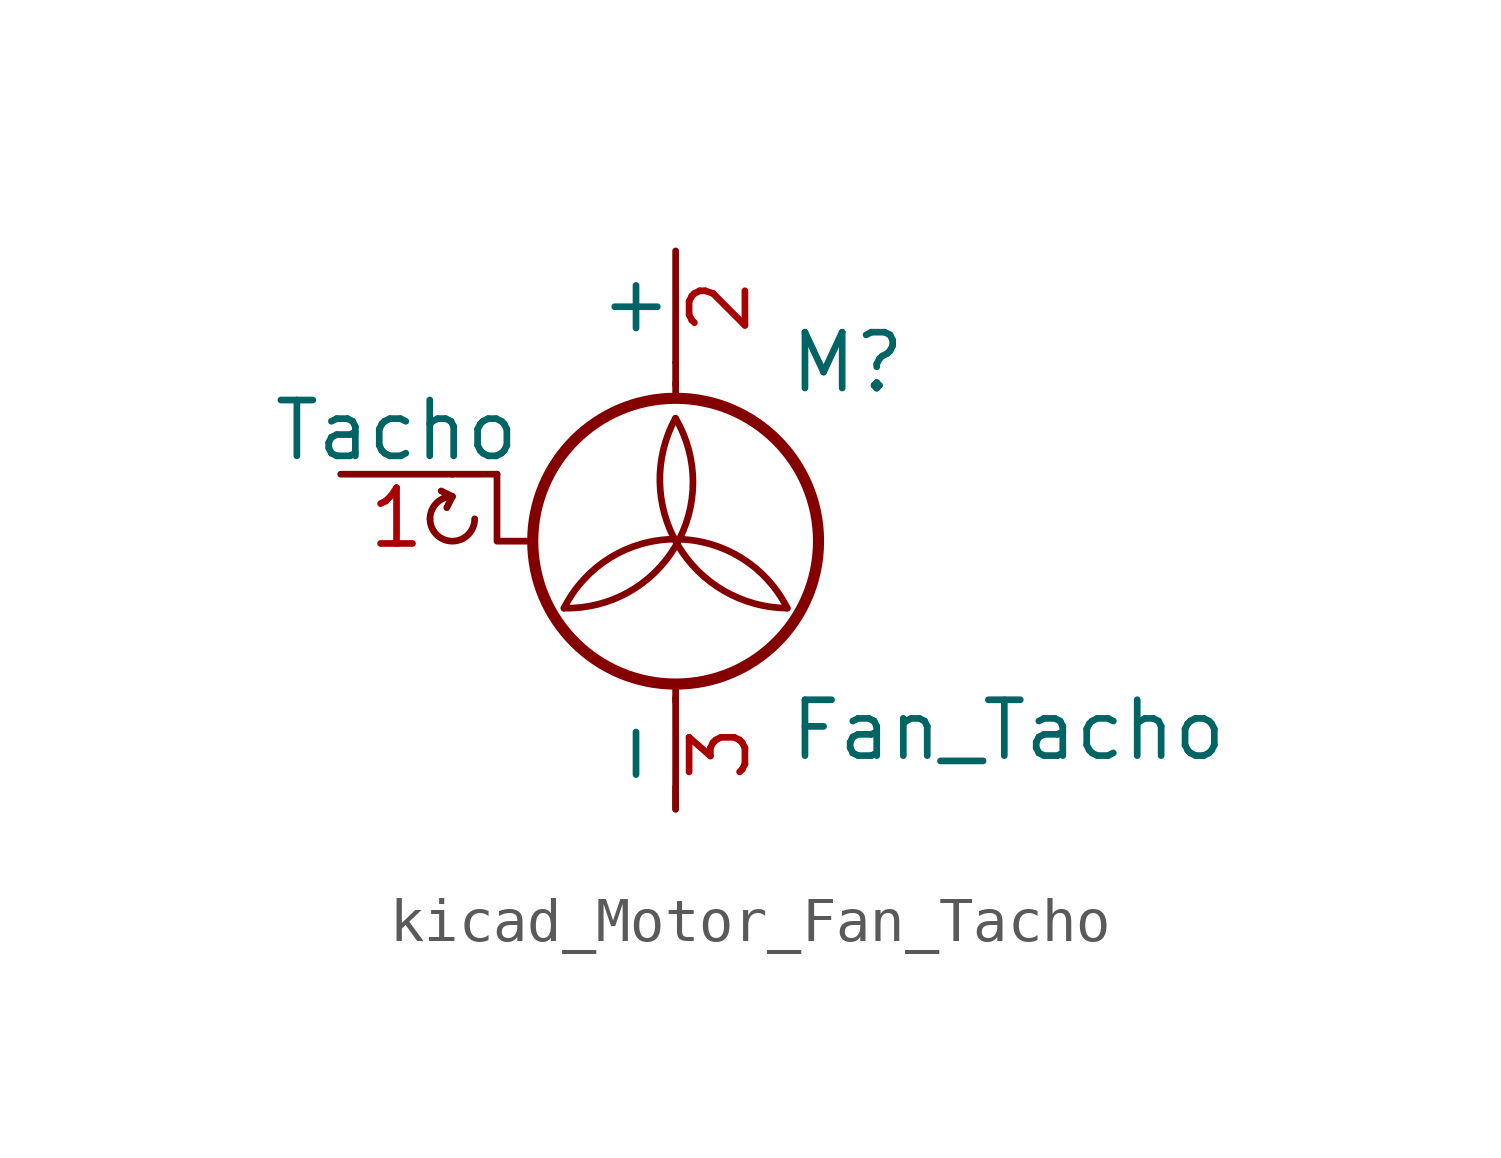
<source format=kicad_sym>
(kicad_symbol_lib
  (version 20220914)
  (generator kicad_symbol_editor)
  (symbol "kicad_Motor_Fan_Tacho"
    (pin_names
      (offset 0))
    (property "Reference" "M"
      (at 2.54 2.54 0)
      (effects (font (size 1.27 1.27)) (justify left)))
    (property "Value" "Fan_Tacho"
      (at 2.54 -5.08 0)
      (effects (font (size 1.27 1.27)) (justify left top)))
    (symbol "kicad_Motor_Fan_Tacho_0_0"
      (arc (start -5.588 -1.016) (mid -5.08 -1.5218) (end -4.572 -1.016) (stroke (width 0) (type default)) (fill (type none)))
      (arc (start -5.08 -0.508) (mid -5.4392 -0.6568) (end -5.588 -1.016) (stroke (width 0) (type default)) (fill (type none)))
      (polyline (pts (xy -5.08 -0.508) (xy -5.334 -0.381)) (stroke (width 0) (type default)) (fill (type none)))
      (polyline (pts (xy -5.08 -0.508) (xy -5.207 -0.762)) (stroke (width 0) (type default)) (fill (type none)))
      (polyline (pts (xy -4.064 0) (xy -4.064 -1.524) (xy -3.302 -1.524)) (stroke (width 0) (type default)) (fill (type none))))
    (symbol "kicad_Motor_Fan_Tacho_0_1"
      (arc (start -2.54 -3.048) (mid 0.0028 -1.6279) (end 0 1.27) (stroke (width 0) (type default)) (fill (type none)))
      (circle (center 0 -1.524) (radius 3.251) (stroke (width 0.254) (type default)) (fill (type none)))
      (polyline (pts (xy -4.064 0) (xy -5.08 0)) (stroke (width 0) (type default)) (fill (type none)))
      (polyline (pts (xy 0 -7.62) (xy 0 -7.112)) (stroke (width 0) (type default)) (fill (type none)))
      (polyline (pts (xy 0 -4.775) (xy 0 -5.182)) (stroke (width 0) (type default)) (fill (type none)))
      (polyline (pts (xy 0 1.727) (xy 0 2.083)) (stroke (width 0) (type default)) (fill (type none)))
      (polyline (pts (xy 0 2.032) (xy 0 2.54)) (stroke (width 0) (type default)) (fill (type none)))
      (arc (start 0 1.27) (mid 0.053 -1.619) (end 2.54 -3.048) (stroke (width 0) (type default)) (fill (type none)))
      (arc (start 2.54 -3.048) (mid 0 -1.4782) (end -2.54 -3.048) (stroke (width 0) (type default)) (fill (type none))))
    (symbol "kicad_Motor_Fan_Tacho_1_1"
      (pin passive line (at -7.62 0 0) (length 2.54) (name "Tacho" (effects (font (size 1.27 1.27)))) (number "1" (effects (font (size 1.27 1.27)))))
      (pin passive line (at 0 5.08 270) (length 2.54) (name "+" (effects (font (size 1.27 1.27)))) (number "2" (effects (font (size 1.27 1.27)))))
      (pin passive line (at 0 -7.62 90) (length 2.54) (name "-" (effects (font (size 1.27 1.27)))) (number "3" (effects (font (size 1.27 1.27))))))))
</source>
